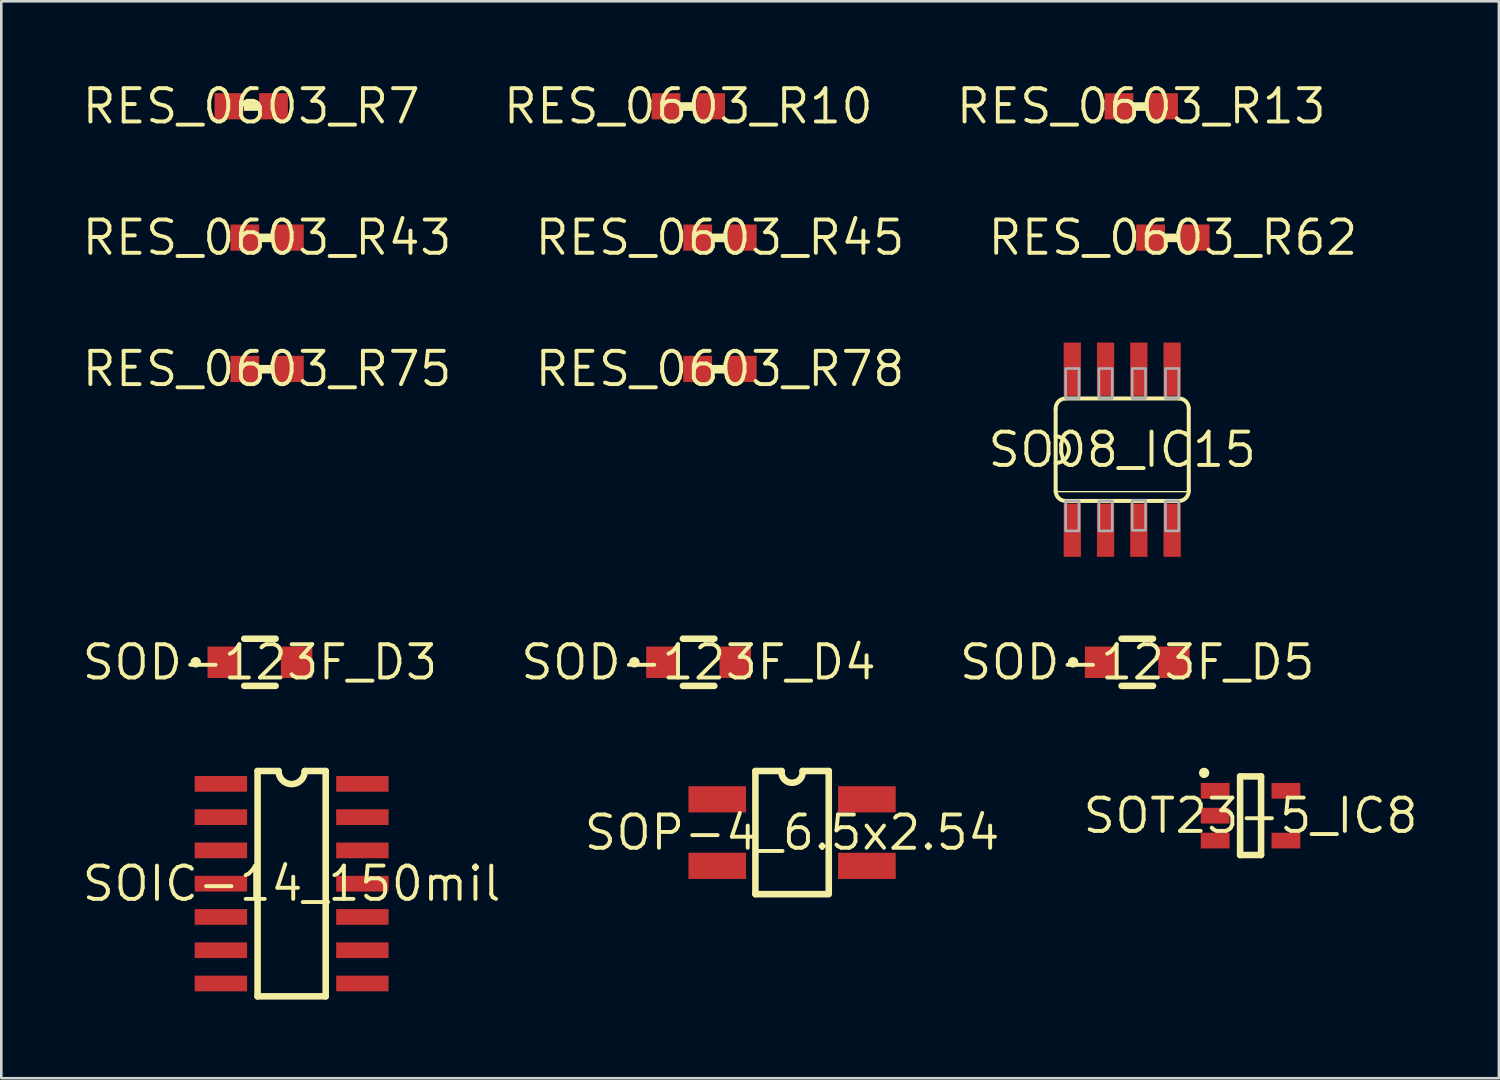
<source format=kicad_pcb>
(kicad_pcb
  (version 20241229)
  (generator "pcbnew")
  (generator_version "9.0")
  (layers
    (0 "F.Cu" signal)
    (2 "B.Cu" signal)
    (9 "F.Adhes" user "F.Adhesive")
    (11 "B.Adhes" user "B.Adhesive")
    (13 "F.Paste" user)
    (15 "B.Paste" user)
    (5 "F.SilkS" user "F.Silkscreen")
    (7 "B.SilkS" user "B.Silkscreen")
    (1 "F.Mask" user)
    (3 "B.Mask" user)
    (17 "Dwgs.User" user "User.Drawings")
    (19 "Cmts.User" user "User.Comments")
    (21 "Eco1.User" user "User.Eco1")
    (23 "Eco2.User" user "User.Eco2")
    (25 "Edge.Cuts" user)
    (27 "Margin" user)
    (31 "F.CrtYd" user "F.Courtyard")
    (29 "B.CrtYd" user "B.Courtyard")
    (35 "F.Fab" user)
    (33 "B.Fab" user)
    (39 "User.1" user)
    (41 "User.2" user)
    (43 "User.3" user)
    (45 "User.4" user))
  (footprint "SOD-123F_D4"
    (layer "F.Cu")
    (at 23.614 22.228)
    (property "Reference" "SOD-123F_D4" (at 0 0 0) (layer "F.SilkS") (effects (font (size 1.27 1.27) (thickness 0.15))))
    (fp_line (start -0.6 -0.9) (end 0.6 -0.9) (stroke (width 0.25) (type solid)) (layer "F.SilkS"))
    (fp_line (start -0.6 0.9) (end 0.6 0.9) (stroke (width 0.25) (type solid)) (layer "F.SilkS"))
    (fp_circle (center -2.45 0) (end -2.35 0) (stroke (width 0.2) (type solid)) (fill yes) (layer "F.SilkS"))
    (pad "1" smd rect (at -1.4 0) (size 1.2 1.2) (layers "F.Cu" "F.Mask" "F.Paste"))
    (pad "2" smd rect (at 1.4 0) (size 1.2 1.2) (layers "F.Cu" "F.Mask" "F.Paste")))
  (footprint "RES_0603_R43"
    (layer "F.Cu")
    (at 7.143 6.019)
    (property "Reference" "RES_0603_R43" (at 0 0 0) (layer "F.SilkS") (effects (font (size 1.27 1.27) (thickness 0.15))))
    (fp_poly (pts (xy 0.281 0.176) (xy -0.284 0.176) (xy -0.284 -0.154) (xy 0.281 -0.154)) (stroke (width 0) (type default)) (fill yes) (layer "F.SilkS"))
    (pad "1" smd rect (at -0.85 0 270) (size 1 1.1) (layers "F.Cu" "F.Mask" "F.Paste"))
    (pad "2" smd rect (at 0.85 0 270) (size 1 1.1) (layers "F.Cu" "F.Mask" "F.Paste")))
  (footprint "SOD-123F_D5"
    (layer "F.Cu")
    (at 40.357 22.228)
    (property "Reference" "SOD-123F_D5" (at 0 0 0) (layer "F.SilkS") (effects (font (size 1.27 1.27) (thickness 0.15))))
    (fp_line (start -0.6 -0.9) (end 0.6 -0.9) (stroke (width 0.25) (type solid)) (layer "F.SilkS"))
    (fp_line (start -0.6 0.9) (end 0.6 0.9) (stroke (width 0.25) (type solid)) (layer "F.SilkS"))
    (fp_circle (center -2.45 0) (end -2.35 0) (stroke (width 0.2) (type solid)) (fill yes) (layer "F.SilkS"))
    (pad "1" smd rect (at -1.4 0) (size 1.2 1.2) (layers "F.Cu" "F.Mask" "F.Paste"))
    (pad "2" smd rect (at 1.4 0) (size 1.2 1.2) (layers "F.Cu" "F.Mask" "F.Paste")))
  (footprint "SOP-4_6.5x2.54"
    (layer "F.Cu")
    (at 27.182 28.728)
    (property "Reference" "SOP-4_6.5x2.54" (at 0 0 0) (layer "F.SilkS") (effects (font (size 1.27 1.27) (thickness 0.15))))
    (fp_line (start -1.4 -2.35) (end -1.4 2.35) (stroke (width 0.25) (type solid)) (layer "F.SilkS"))
    (fp_line (start -1.4 -2.35) (end -0.4 -2.35) (stroke (width 0.25) (type solid)) (layer "F.SilkS"))
    (fp_line (start -1.4 2.35) (end 1.35 2.35) (stroke (width 0.25) (type solid)) (layer "F.SilkS"))
    (fp_line (start 1.4 -2.35) (end 0.4 -2.35) (stroke (width 0.25) (type solid)) (layer "F.SilkS"))
    (fp_line (start 1.4 2.35) (end 1.4 -2.35) (stroke (width 0.25) (type solid)) (layer "F.SilkS"))
    (fp_arc (start 0.4 -2.35) (mid 0 -1.900467) (end -0.4 -2.35) (stroke (width 0.25) (type solid)) (layer "F.SilkS"))
    (pad "1" smd rect (at -2.855 -1.27 90) (size 1 2.2) (layers "F.Cu" "F.Mask" "F.Paste"))
    (pad "2" smd rect (at -2.855 1.27 90) (size 1 2.2) (layers "F.Cu" "F.Mask" "F.Paste"))
    (pad "3" smd rect (at 2.855 1.27 90) (size 1 2.2) (layers "F.Cu" "F.Mask" "F.Paste"))
    (pad "4" smd rect (at 2.855 -1.27 90) (size 1 2.2) (layers "F.Cu" "F.Mask" "F.Paste")))
  (footprint "SOT23-5_IC8"
    (layer "F.Cu")
    (at 44.681 28.083)
    (property "Reference" "SOT23-5_IC8" (at 0 0 0) (layer "F.SilkS") (effects (font (size 1.27 1.27) (thickness 0.15))))
    (fp_line (start -0.399 -1.5) (end -0.399 1.5) (stroke (width 0.25) (type solid)) (layer "F.SilkS"))
    (fp_line (start -0.399 -1.5) (end 0.401 -1.5) (stroke (width 0.25) (type solid)) (layer "F.SilkS"))
    (fp_line (start -0.399 1.5) (end 0.401 1.5) (stroke (width 0.25) (type solid)) (layer "F.SilkS"))
    (fp_line (start 0.401 -1.5) (end 0.401 1.5) (stroke (width 0.25) (type solid)) (layer "F.SilkS"))
    (fp_circle (center -1.772 -1.634) (end -1.674 -1.634) (stroke (width 0.196) (type solid)) (fill yes) (layer "F.SilkS"))
    (pad "1" smd rect (at -1.35 -0.95 90) (size 0.6 1.1) (layers "F.Cu" "F.Mask" "F.Paste"))
    (pad "2" smd rect (at -1.35 0 90) (size 0.6 1.1) (layers "F.Cu" "F.Mask" "F.Paste"))
    (pad "3" smd rect (at -1.35 0.95 90) (size 0.6 1.1) (layers "F.Cu" "F.Mask" "F.Paste"))
    (pad "4" smd rect (at 1.35 0.95 90) (size 0.6 1.1) (layers "F.Cu" "F.Mask" "F.Paste"))
    (pad "5" smd rect (at 1.35 -0.95 90) (size 0.6 1.1) (layers "F.Cu" "F.Mask" "F.Paste")))
  (footprint "RES_0603_R78"
    (layer "F.Cu")
    (at 24.43 11.031)
    (property "Reference" "RES_0603_R78" (at 0 0 0) (layer "F.SilkS") (effects (font (size 1.27 1.27) (thickness 0.15))))
    (fp_poly (pts (xy -1.4 0.5) (xy -1.4 -0.5) (xy -0.3 -0.5) (xy -0.3 0.5)) (stroke (width 0) (type default)) (fill yes) (layer "F.Mask"))
    (fp_poly (pts (xy 0.3 0.5) (xy 0.3 -0.5) (xy 1.4 -0.5) (xy 1.4 0.5)) (stroke (width 0) (type default)) (fill yes) (layer "F.Mask"))
    (fp_poly (pts (xy -0.283 -0.153) (xy 0.28 -0.153) (xy 0.28 0.175) (xy -0.283 0.175)) (stroke (width 0) (type default)) (fill yes) (layer "F.SilkS"))
    (fp_poly (pts (xy -1.4 0.5) (xy -1.4 -0.5) (xy -0.3 -0.5) (xy -0.3 0.5)) (stroke (width 0) (type default)) (fill yes) (layer "F.Paste"))
    (fp_poly (pts (xy 0.3 0.5) (xy 0.3 -0.5) (xy 1.4 -0.5) (xy 1.4 0.5)) (stroke (width 0) (type default)) (fill yes) (layer "F.Paste"))
    (pad "1" smd rect (at -0.85 0 90) (size 1 1.1) (layers "F.Cu"))
    (pad "2" smd rect (at 0.85 0 90) (size 1 1.1) (layers "F.Cu")))
  (footprint "RES_0603_R10"
    (layer "F.Cu")
    (at 23.221 1.006)
    (property "Reference" "RES_0603_R10" (at 0 0 0) (layer "F.SilkS") (effects (font (size 1.27 1.27) (thickness 0.15))))
    (fp_poly (pts (xy 0.281 0.176) (xy -0.284 0.176) (xy -0.284 -0.154) (xy 0.281 -0.154)) (stroke (width 0) (type default)) (fill yes) (layer "F.SilkS"))
    (pad "1" smd rect (at -0.85 0 90) (size 1 1.1) (layers "F.Cu" "F.Mask" "F.Paste"))
    (pad "2" smd rect (at 0.85 0 90) (size 1 1.1) (layers "F.Cu" "F.Mask" "F.Paste")))
  (footprint "RES_0603_R13"
    (layer "F.Cu")
    (at 40.508 1.006)
    (property "Reference" "RES_0603_R13" (at 0 0 0) (layer "F.SilkS") (effects (font (size 1.27 1.27) (thickness 0.15))))
    (fp_poly (pts (xy -0.283 -0.153) (xy 0.28 -0.153) (xy 0.28 0.175) (xy -0.283 0.175)) (stroke (width 0) (type default)) (fill yes) (layer "F.SilkS"))
    (pad "1" smd rect (at -0.85 0 90) (size 1 1.1) (layers "F.Cu" "F.Mask" "F.Paste"))
    (pad "2" smd rect (at 0.85 0 90) (size 1 1.1) (layers "F.Cu" "F.Mask" "F.Paste")))
  (footprint "RES_0603_R75"
    (layer "F.Cu")
    (at 7.143 11.031)
    (property "Reference" "RES_0603_R75" (at 0 0 0) (layer "F.SilkS") (effects (font (size 1.27 1.27) (thickness 0.15))))
    (fp_poly (pts (xy -1.4 0.5) (xy -1.4 -0.5) (xy -0.3 -0.5) (xy -0.3 0.5)) (stroke (width 0) (type default)) (fill yes) (layer "F.Mask"))
    (fp_poly (pts (xy 0.3 0.5) (xy 0.3 -0.5) (xy 1.4 -0.5) (xy 1.4 0.5)) (stroke (width 0) (type default)) (fill yes) (layer "F.Mask"))
    (fp_poly (pts (xy -0.283 -0.153) (xy 0.28 -0.153) (xy 0.28 0.175) (xy -0.283 0.175)) (stroke (width 0) (type default)) (fill yes) (layer "F.SilkS"))
    (fp_poly (pts (xy -1.4 0.5) (xy -1.4 -0.5) (xy -0.3 -0.5) (xy -0.3 0.5)) (stroke (width 0) (type default)) (fill yes) (layer "F.Paste"))
    (fp_poly (pts (xy 0.3 0.5) (xy 0.3 -0.5) (xy 1.4 -0.5) (xy 1.4 0.5)) (stroke (width 0) (type default)) (fill yes) (layer "F.Paste"))
    (pad "1" smd rect (at -0.85 0 90) (size 1 1.1) (layers "F.Cu"))
    (pad "2" smd rect (at 0.85 0 90) (size 1 1.1) (layers "F.Cu")))
  (footprint "SO08_IC15"
    (layer "F.Cu")
    (at 39.782 14.114)
    (property "Reference" "SO08_IC15" (at 0 0 0) (layer "F.SilkS") (effects (font (size 1.27 1.27) (thickness 0.15))))
    (fp_line (start -2.54 -1.574) (end -2.54 1.574) (stroke (width 0.152) (type solid)) (layer "F.SilkS"))
    (fp_line (start -2.54 1.601) (end 2.54 1.601) (stroke (width 0.051) (type solid)) (layer "F.SilkS"))
    (fp_line (start -2.159 1.956) (end 2.159 1.956) (stroke (width 0.152) (type solid)) (layer "F.SilkS"))
    (fp_line (start 2.159 -1.956) (end -2.159 -1.956) (stroke (width 0.152) (type solid)) (layer "F.SilkS"))
    (fp_line (start 2.54 1.574) (end 2.54 -1.574) (stroke (width 0.152) (type solid)) (layer "F.SilkS"))
    (fp_arc (start -2.54 -1.573999) (mid -2.428731 -1.844023) (end -2.159 -1.956) (stroke (width 0.152) (type solid)) (layer "F.SilkS"))
    (fp_arc (start -2.539998 -0.508) (mid -2.0319 0.000001) (end -2.54 0.508) (stroke (width 0.152) (type solid)) (layer "F.SilkS"))
    (fp_arc (start -2.159 1.956) (mid -2.428576 1.843869) (end -2.54 1.574) (stroke (width 0.152) (type solid)) (layer "F.SilkS"))
    (fp_arc (start 2.158999 -1.956) (mid 2.428985 -1.844278) (end 2.54 -1.574) (stroke (width 0.152) (type solid)) (layer "F.SilkS"))
    (fp_arc (start 2.540001 1.573999) (mid 2.428889 1.84418) (end 2.159 1.956) (stroke (width 0.152) (type solid)) (layer "F.SilkS"))
    (fp_poly (pts (xy -1.65 -1.955) (xy -2.159 -1.955) (xy -2.159 -3.1) (xy -1.65 -3.1)) (stroke (width 0.1) (type default)) (fill no) (layer "F.Fab"))
    (fp_poly (pts (xy -1.65 3.1) (xy -2.159 3.1) (xy -2.159 1.955) (xy -1.65 1.955)) (stroke (width 0.1) (type default)) (fill no) (layer "F.Fab"))
    (fp_poly (pts (xy -0.38 -1.955) (xy -0.889 -1.955) (xy -0.889 -3.1) (xy -0.38 -3.1)) (stroke (width 0.1) (type default)) (fill no) (layer "F.Fab"))
    (fp_poly (pts (xy -0.38 3.1) (xy -0.889 3.1) (xy -0.889 1.955) (xy -0.38 1.955)) (stroke (width 0.1) (type default)) (fill no) (layer "F.Fab"))
    (fp_poly (pts (xy 0.89 -1.955) (xy 0.381 -1.955) (xy 0.381 -3.1) (xy 0.89 -3.1)) (stroke (width 0.1) (type default)) (fill no) (layer "F.Fab"))
    (fp_poly (pts (xy 0.89 3.075) (xy 0.381 3.075) (xy 0.381 1.929) (xy 0.89 1.929)) (stroke (width 0.1) (type default)) (fill no) (layer "F.Fab"))
    (fp_poly (pts (xy 2.16 -1.955) (xy 1.651 -1.955) (xy 1.651 -3.1) (xy 2.16 -3.1)) (stroke (width 0.1) (type default)) (fill no) (layer "F.Fab"))
    (fp_poly (pts (xy 2.16 3.1) (xy 1.651 3.1) (xy 1.651 1.955) (xy 2.16 1.955)) (stroke (width 0.1) (type default)) (fill no) (layer "F.Fab"))
    (pad "1" smd rect (at -1.905 3.073 2.568588477e-14) (size 0.66 2.032) (layers "F.Cu" "F.Mask" "F.Paste"))
    (pad "2" smd rect (at -0.635 3.073 2.568588477e-14) (size 0.66 2.032) (layers "F.Cu" "F.Mask" "F.Paste"))
    (pad "3" smd rect (at 0.635 3.073 2.568588477e-14) (size 0.66 2.032) (layers "F.Cu" "F.Mask" "F.Paste"))
    (pad "4" smd rect (at 1.905 3.073 2.568588477e-14) (size 0.66 2.032) (layers "F.Cu" "F.Mask" "F.Paste"))
    (pad "5" smd rect (at 1.905 -3.073 2.568588477e-14) (size 0.66 2.032) (layers "F.Cu" "F.Mask" "F.Paste"))
    (pad "6" smd rect (at 0.635 -3.073 2.568588477e-14) (size 0.66 2.032) (layers "F.Cu" "F.Mask" "F.Paste"))
    (pad "7" smd rect (at -0.635 -3.073 2.568588477e-14) (size 0.66 2.032) (layers "F.Cu" "F.Mask" "F.Paste"))
    (pad "8" smd rect (at -1.905 -3.073 2.568588477e-14) (size 0.66 2.032) (layers "F.Cu" "F.Mask" "F.Paste")))
  (footprint "RES_0603_R45"
    (layer "F.Cu")
    (at 24.43 6.019)
    (property "Reference" "RES_0603_R45" (at 0 0 0) (layer "F.SilkS") (effects (font (size 1.27 1.27) (thickness 0.15))))
    (fp_poly (pts (xy 0.281 0.176) (xy -0.284 0.176) (xy -0.284 -0.154) (xy 0.281 -0.154)) (stroke (width 0) (type default)) (fill yes) (layer "F.SilkS"))
    (pad "1" smd rect (at -0.85 0 270) (size 1 1.1) (layers "F.Cu" "F.Mask" "F.Paste"))
    (pad "2" smd rect (at 0.85 0 270) (size 1 1.1) (layers "F.Cu" "F.Mask" "F.Paste")))
  (footprint "RES_0603_R7"
    (layer "F.Cu")
    (at 6.539 1.006)
    (property "Reference" "RES_0603_R7" (at 0 0 0) (layer "F.SilkS") (effects (font (size 1.27 1.27) (thickness 0.15))))
    (fp_poly (pts (xy -0.283 -0.153) (xy 0.28 -0.153) (xy 0.28 0.175) (xy -0.283 0.175)) (stroke (width 0) (type default)) (fill yes) (layer "F.SilkS"))
    (pad "1" smd rect (at -0.85 0 90) (size 1 1.1) (layers "F.Cu" "F.Mask" "F.Paste"))
    (pad "2" smd rect (at 0.85 0 90) (size 1 1.1) (layers "F.Cu" "F.Mask" "F.Paste")))
  (footprint "SOD-123F_D3"
    (layer "F.Cu")
    (at 6.871 22.228)
    (property "Reference" "SOD-123F_D3" (at 0 0 0) (layer "F.SilkS") (effects (font (size 1.27 1.27) (thickness 0.15))))
    (fp_line (start -0.6 -0.9) (end 0.6 -0.9) (stroke (width 0.25) (type solid)) (layer "F.SilkS"))
    (fp_line (start -0.6 0.9) (end 0.6 0.9) (stroke (width 0.25) (type solid)) (layer "F.SilkS"))
    (fp_circle (center -2.45 0) (end -2.35 0) (stroke (width 0.2) (type solid)) (fill yes) (layer "F.SilkS"))
    (pad "1" smd rect (at -1.4 0) (size 1.2 1.2) (layers "F.Cu" "F.Mask" "F.Paste"))
    (pad "2" smd rect (at 1.4 0) (size 1.2 1.2) (layers "F.Cu" "F.Mask" "F.Paste")))
  (footprint "SOIC-14_150mil"
    (layer "F.Cu")
    (at 8.081 30.678)
    (property "Reference" "SOIC-14_150mil" (at 0 0 0) (layer "F.SilkS") (effects (font (size 1.27 1.27) (thickness 0.15))))
    (fp_poly (pts (xy -3.7 -3.51) (xy -3.7 -4.11) (xy -1.7 -4.11) (xy -1.7 -3.51)) (stroke (width 0) (type default)) (fill yes) (layer "F.Mask"))
    (fp_poly (pts (xy -3.7 -2.24) (xy -3.7 -2.84) (xy -1.7 -2.84) (xy -1.7 -2.24)) (stroke (width 0) (type default)) (fill yes) (layer "F.Mask"))
    (fp_poly (pts (xy -3.7 -0.97) (xy -3.7 -1.57) (xy -1.7 -1.57) (xy -1.7 -0.97)) (stroke (width 0) (type default)) (fill yes) (layer "F.Mask"))
    (fp_poly (pts (xy -3.7 0.3) (xy -3.7 -0.3) (xy -1.7 -0.3) (xy -1.7 0.3)) (stroke (width 0) (type default)) (fill yes) (layer "F.Mask"))
    (fp_poly (pts (xy -3.7 1.57) (xy -3.7 0.97) (xy -1.7 0.97) (xy -1.7 1.57)) (stroke (width 0) (type default)) (fill yes) (layer "F.Mask"))
    (fp_poly (pts (xy -3.7 2.84) (xy -3.7 2.24) (xy -1.7 2.24) (xy -1.7 2.84)) (stroke (width 0) (type default)) (fill yes) (layer "F.Mask"))
    (fp_poly (pts (xy -3.7 4.11) (xy -3.7 3.51) (xy -1.7 3.51) (xy -1.7 4.11)) (stroke (width 0) (type default)) (fill yes) (layer "F.Mask"))
    (fp_poly (pts (xy 1.7 -3.51) (xy 1.7 -4.11) (xy 3.7 -4.11) (xy 3.7 -3.51)) (stroke (width 0) (type default)) (fill yes) (layer "F.Mask"))
    (fp_poly (pts (xy 1.7 -2.24) (xy 1.7 -2.84) (xy 3.7 -2.84) (xy 3.7 -2.24)) (stroke (width 0) (type default)) (fill yes) (layer "F.Mask"))
    (fp_poly (pts (xy 1.7 -0.97) (xy 1.7 -1.57) (xy 3.7 -1.57) (xy 3.7 -0.97)) (stroke (width 0) (type default)) (fill yes) (layer "F.Mask"))
    (fp_poly (pts (xy 1.7 0.3) (xy 1.7 -0.3) (xy 3.7 -0.3) (xy 3.7 0.3)) (stroke (width 0) (type default)) (fill yes) (layer "F.Mask"))
    (fp_poly (pts (xy 1.7 1.57) (xy 1.7 0.97) (xy 3.7 0.97) (xy 3.7 1.57)) (stroke (width 0) (type default)) (fill yes) (layer "F.Mask"))
    (fp_poly (pts (xy 1.7 2.84) (xy 1.7 2.24) (xy 3.7 2.24) (xy 3.7 2.84)) (stroke (width 0) (type default)) (fill yes) (layer "F.Mask"))
    (fp_poly (pts (xy 1.7 4.11) (xy 1.7 3.51) (xy 3.7 3.51) (xy 3.7 4.11)) (stroke (width 0) (type default)) (fill yes) (layer "F.Mask"))
    (fp_line (start -1.3 -4.3) (end -1.3 4.3) (stroke (width 0.25) (type solid)) (layer "F.SilkS"))
    (fp_line (start -1.3 -4.3) (end -0.5 -4.3) (stroke (width 0.25) (type solid)) (layer "F.SilkS"))
    (fp_line (start -1.3 4.3) (end 1.3 4.3) (stroke (width 0.25) (type solid)) (layer "F.SilkS"))
    (fp_line (start 0.5 -4.3) (end 1.3 -4.3) (stroke (width 0.25) (type solid)) (layer "F.SilkS"))
    (fp_line (start 1.3 -4.3) (end 1.3 4.3) (stroke (width 0.25) (type solid)) (layer "F.SilkS"))
    (fp_arc (start 0.5 -4.299999) (mid 0 -3.799704) (end -0.5 -4.3) (stroke (width 0.25) (type solid)) (layer "F.SilkS"))
    (fp_poly (pts (xy -3.7 -3.51) (xy -3.7 -4.11) (xy -1.7 -4.11) (xy -1.7 -3.51)) (stroke (width 0) (type default)) (fill yes) (layer "F.Paste"))
    (fp_poly (pts (xy -3.7 -2.24) (xy -3.7 -2.84) (xy -1.7 -2.84) (xy -1.7 -2.24)) (stroke (width 0) (type default)) (fill yes) (layer "F.Paste"))
    (fp_poly (pts (xy -3.7 -0.97) (xy -3.7 -1.57) (xy -1.7 -1.57) (xy -1.7 -0.97)) (stroke (width 0) (type default)) (fill yes) (layer "F.Paste"))
    (fp_poly (pts (xy -3.7 0.3) (xy -3.7 -0.3) (xy -1.7 -0.3) (xy -1.7 0.3)) (stroke (width 0) (type default)) (fill yes) (layer "F.Paste"))
    (fp_poly (pts (xy -3.7 1.57) (xy -3.7 0.97) (xy -1.7 0.97) (xy -1.7 1.57)) (stroke (width 0) (type default)) (fill yes) (layer "F.Paste"))
    (fp_poly (pts (xy -3.7 2.84) (xy -3.7 2.24) (xy -1.7 2.24) (xy -1.7 2.84)) (stroke (width 0) (type default)) (fill yes) (layer "F.Paste"))
    (fp_poly (pts (xy -3.7 4.11) (xy -3.7 3.51) (xy -1.7 3.51) (xy -1.7 4.11)) (stroke (width 0) (type default)) (fill yes) (layer "F.Paste"))
    (fp_poly (pts (xy 1.7 -3.51) (xy 1.7 -4.11) (xy 3.7 -4.11) (xy 3.7 -3.51)) (stroke (width 0) (type default)) (fill yes) (layer "F.Paste"))
    (fp_poly (pts (xy 1.7 -2.24) (xy 1.7 -2.84) (xy 3.7 -2.84) (xy 3.7 -2.24)) (stroke (width 0) (type default)) (fill yes) (layer "F.Paste"))
    (fp_poly (pts (xy 1.7 -0.97) (xy 1.7 -1.57) (xy 3.7 -1.57) (xy 3.7 -0.97)) (stroke (width 0) (type default)) (fill yes) (layer "F.Paste"))
    (fp_poly (pts (xy 1.7 0.3) (xy 1.7 -0.3) (xy 3.7 -0.3) (xy 3.7 0.3)) (stroke (width 0) (type default)) (fill yes) (layer "F.Paste"))
    (fp_poly (pts (xy 1.7 1.57) (xy 1.7 0.97) (xy 3.7 0.97) (xy 3.7 1.57)) (stroke (width 0) (type default)) (fill yes) (layer "F.Paste"))
    (fp_poly (pts (xy 1.7 2.84) (xy 1.7 2.24) (xy 3.7 2.24) (xy 3.7 2.84)) (stroke (width 0) (type default)) (fill yes) (layer "F.Paste"))
    (fp_poly (pts (xy 1.7 4.11) (xy 1.7 3.51) (xy 3.7 3.51) (xy 3.7 4.11)) (stroke (width 0) (type default)) (fill yes) (layer "F.Paste"))
    (pad "1" smd rect (at -2.7 -3.81 90) (size 0.6 2) (layers "F.Cu"))
    (pad "2" smd rect (at -2.7 -2.54 90) (size 0.6 2) (layers "F.Cu"))
    (pad "3" smd rect (at -2.7 -1.27 90) (size 0.6 2) (layers "F.Cu"))
    (pad "4" smd rect (at -2.7 0 90) (size 0.6 2) (layers "F.Cu"))
    (pad "5" smd rect (at -2.7 1.27 90) (size 0.6 2) (layers "F.Cu"))
    (pad "6" smd rect (at -2.7 2.54 90) (size 0.6 2) (layers "F.Cu"))
    (pad "7" smd rect (at -2.7 3.81 90) (size 0.6 2) (layers "F.Cu"))
    (pad "8" smd rect (at 2.7 3.81 90) (size 0.6 2) (layers "F.Cu"))
    (pad "9" smd rect (at 2.7 2.54 90) (size 0.6 2) (layers "F.Cu"))
    (pad "10" smd rect (at 2.7 1.27 90) (size 0.6 2) (layers "F.Cu"))
    (pad "11" smd rect (at 2.7 0 90) (size 0.6 2) (layers "F.Cu"))
    (pad "12" smd rect (at 2.7 -1.27 90) (size 0.6 2) (layers "F.Cu"))
    (pad "13" smd rect (at 2.7 -2.54 90) (size 0.6 2) (layers "F.Cu"))
    (pad "14" smd rect (at 2.7 -3.81 90) (size 0.6 2) (layers "F.Cu")))
  (footprint "RES_0603_R62"
    (layer "F.Cu")
    (at 41.717 6.019)
    (property "Reference" "RES_0603_R62" (at 0 0 0) (layer "F.SilkS") (effects (font (size 1.27 1.27) (thickness 0.15))))
    (fp_poly (pts (xy -0.283 -0.153) (xy 0.28 -0.153) (xy 0.28 0.175) (xy -0.283 0.175)) (stroke (width 0) (type default)) (fill yes) (layer "F.SilkS"))
    (pad "1" smd rect (at -0.85 0 90) (size 1 1.1) (layers "F.Cu" "F.Mask" "F.Paste"))
    (pad "2" smd rect (at 0.85 0 90) (size 1 1.1) (layers "F.Cu" "F.Mask" "F.Paste")))
  (gr_rect
    (start -3 -3)
    (end 54.159 38.103)
    (stroke (width 0.1) (type default))
    (fill no)
    (layer "Edge.Cuts")))
</source>
